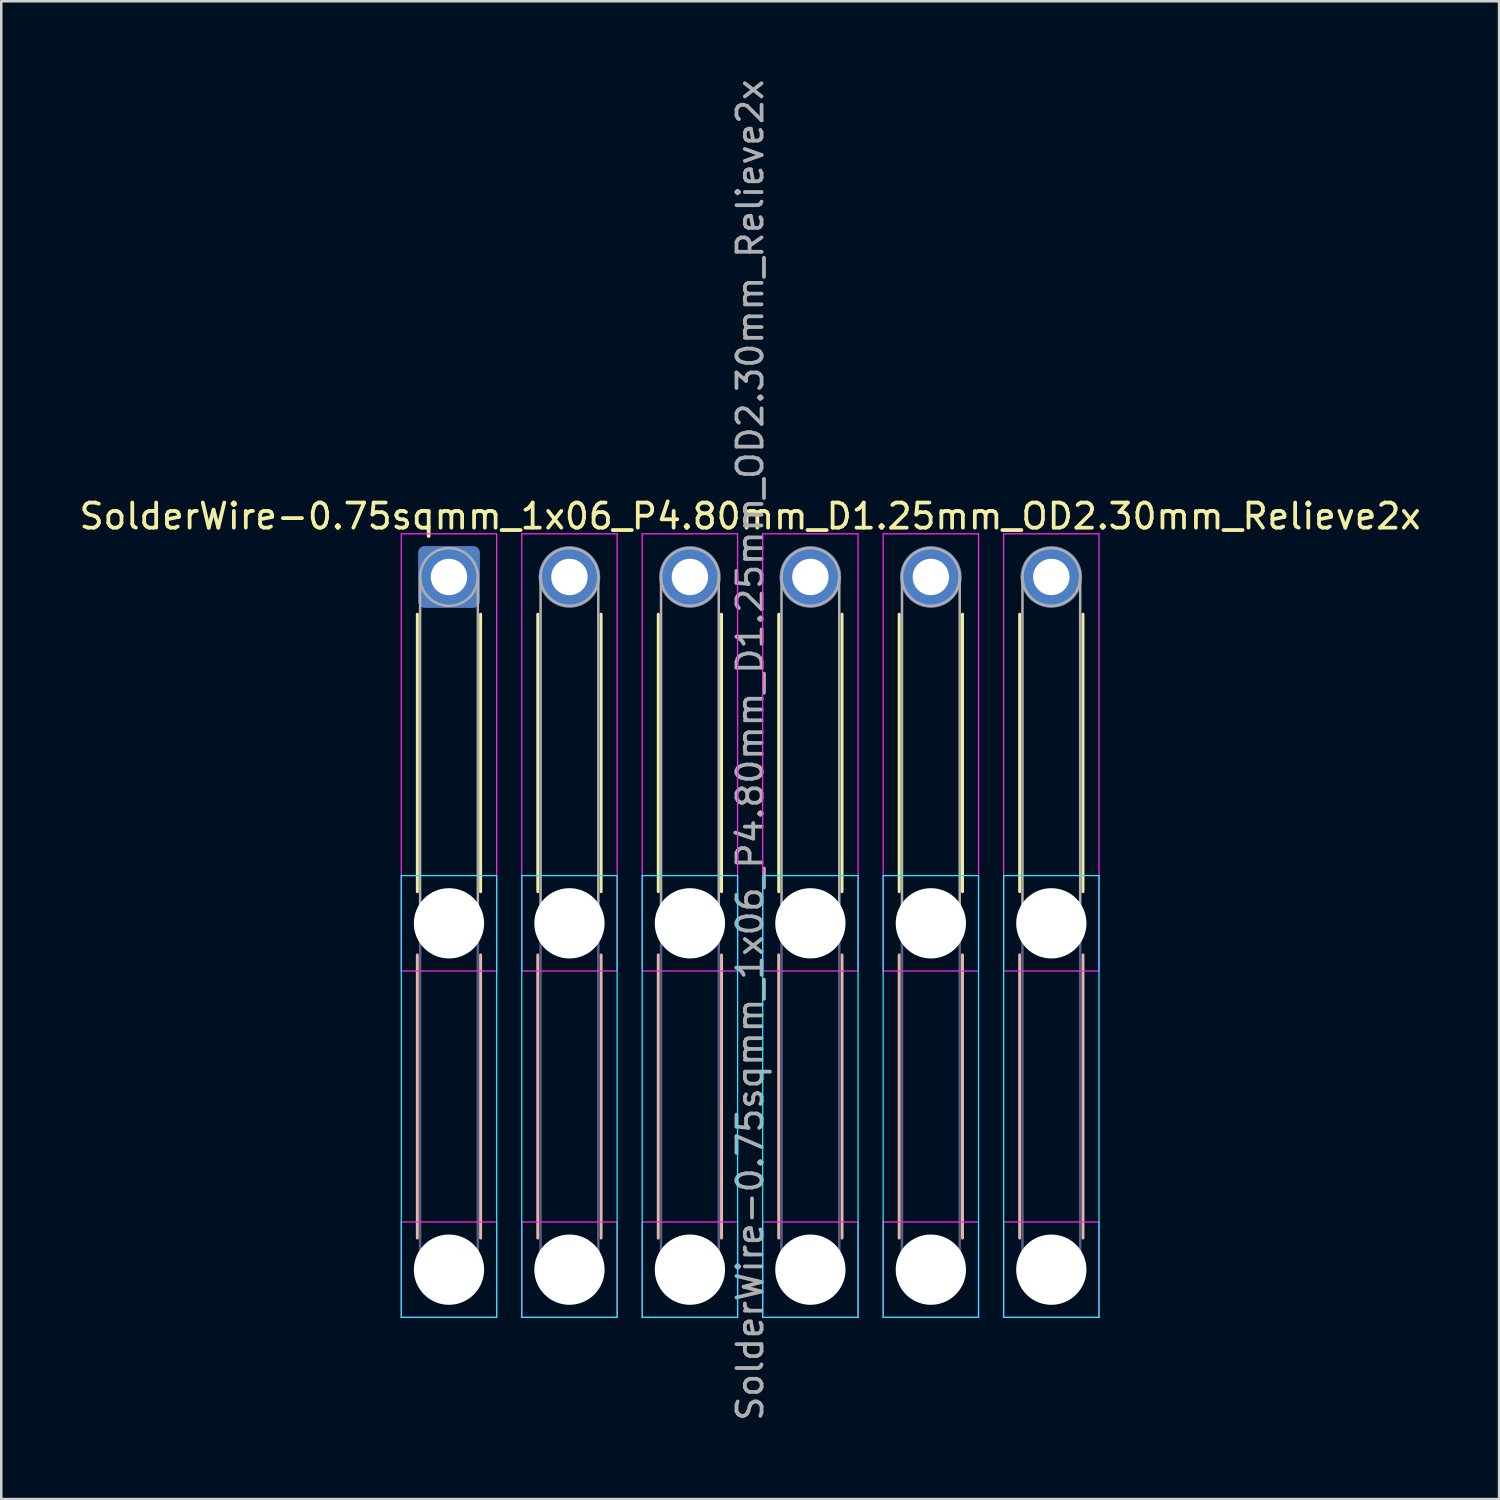
<source format=kicad_pcb>
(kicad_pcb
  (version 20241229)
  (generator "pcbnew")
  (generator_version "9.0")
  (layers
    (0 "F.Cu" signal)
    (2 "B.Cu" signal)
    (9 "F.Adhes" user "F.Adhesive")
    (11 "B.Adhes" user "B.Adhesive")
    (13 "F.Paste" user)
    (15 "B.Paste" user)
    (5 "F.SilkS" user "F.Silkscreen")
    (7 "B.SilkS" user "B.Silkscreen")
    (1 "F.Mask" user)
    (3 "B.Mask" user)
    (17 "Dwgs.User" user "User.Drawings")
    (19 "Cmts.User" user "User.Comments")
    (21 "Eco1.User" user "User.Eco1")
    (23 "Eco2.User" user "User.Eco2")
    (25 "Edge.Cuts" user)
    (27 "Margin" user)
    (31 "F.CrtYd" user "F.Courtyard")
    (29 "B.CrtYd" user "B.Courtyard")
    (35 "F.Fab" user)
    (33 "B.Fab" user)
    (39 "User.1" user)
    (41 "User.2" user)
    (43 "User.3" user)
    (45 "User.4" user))
  (footprint "SolderWire-0.75sqmm_1x06_P4.80mm_D1.25mm_OD2.30mm_Relieve2x"
    (layer "F.Cu")
    (at 14.839 19.939)
    (property "Reference" "SolderWire-0.75sqmm_1x06_P4.80mm_D1.25mm_OD2.30mm_Relieve2x" (at 12 -2.42 0) (layer "F.SilkS") (effects (font (size 1 1) (thickness 0.15))))
    (attr exclude_from_pos_files exclude_from_bom)
    (fp_line (start -1.26 1.485) (end -1.26 12.54) (stroke (width 0.12) (type solid)) (layer "F.SilkS"))
    (fp_line (start 1.26 1.485) (end 1.26 12.54) (stroke (width 0.12) (type solid)) (layer "F.SilkS"))
    (fp_line (start 3.54 1.485) (end 3.54 12.54) (stroke (width 0.12) (type solid)) (layer "F.SilkS"))
    (fp_line (start 6.06 1.485) (end 6.06 12.54) (stroke (width 0.12) (type solid)) (layer "F.SilkS"))
    (fp_line (start 8.34 1.485) (end 8.34 12.54) (stroke (width 0.12) (type solid)) (layer "F.SilkS"))
    (fp_line (start 10.86 1.485) (end 10.86 12.54) (stroke (width 0.12) (type solid)) (layer "F.SilkS"))
    (fp_line (start 13.14 1.485) (end 13.14 12.54) (stroke (width 0.12) (type solid)) (layer "F.SilkS"))
    (fp_line (start 15.66 1.485) (end 15.66 12.54) (stroke (width 0.12) (type solid)) (layer "F.SilkS"))
    (fp_line (start 17.94 1.485) (end 17.94 12.54) (stroke (width 0.12) (type solid)) (layer "F.SilkS"))
    (fp_line (start 20.46 1.485) (end 20.46 12.54) (stroke (width 0.12) (type solid)) (layer "F.SilkS"))
    (fp_line (start 22.74 1.485) (end 22.74 12.54) (stroke (width 0.12) (type solid)) (layer "F.SilkS"))
    (fp_line (start 25.26 1.485) (end 25.26 12.54) (stroke (width 0.12) (type solid)) (layer "F.SilkS"))
    (fp_line (start -1.26 15.06) (end -1.26 26.34) (stroke (width 0.12) (type solid)) (layer "B.SilkS"))
    (fp_line (start 1.26 15.06) (end 1.26 26.34) (stroke (width 0.12) (type solid)) (layer "B.SilkS"))
    (fp_line (start 3.54 15.06) (end 3.54 26.34) (stroke (width 0.12) (type solid)) (layer "B.SilkS"))
    (fp_line (start 6.06 15.06) (end 6.06 26.34) (stroke (width 0.12) (type solid)) (layer "B.SilkS"))
    (fp_line (start 8.34 15.06) (end 8.34 26.34) (stroke (width 0.12) (type solid)) (layer "B.SilkS"))
    (fp_line (start 10.86 15.06) (end 10.86 26.34) (stroke (width 0.12) (type solid)) (layer "B.SilkS"))
    (fp_line (start 13.14 15.06) (end 13.14 26.34) (stroke (width 0.12) (type solid)) (layer "B.SilkS"))
    (fp_line (start 15.66 15.06) (end 15.66 26.34) (stroke (width 0.12) (type solid)) (layer "B.SilkS"))
    (fp_line (start 17.94 15.06) (end 17.94 26.34) (stroke (width 0.12) (type solid)) (layer "B.SilkS"))
    (fp_line (start 20.46 15.06) (end 20.46 26.34) (stroke (width 0.12) (type solid)) (layer "B.SilkS"))
    (fp_line (start 22.74 15.06) (end 22.74 26.34) (stroke (width 0.12) (type solid)) (layer "B.SilkS"))
    (fp_line (start 25.26 15.06) (end 25.26 26.34) (stroke (width 0.12) (type solid)) (layer "B.SilkS"))
    (fp_line (start -1.9 11.9) (end -1.9 29.5) (stroke (width 0.05) (type solid)) (layer "B.CrtYd"))
    (fp_line (start -1.9 29.5) (end 1.9 29.5) (stroke (width 0.05) (type solid)) (layer "B.CrtYd"))
    (fp_line (start 1.9 11.9) (end -1.9 11.9) (stroke (width 0.05) (type solid)) (layer "B.CrtYd"))
    (fp_line (start 1.9 29.5) (end 1.9 11.9) (stroke (width 0.05) (type solid)) (layer "B.CrtYd"))
    (fp_line (start 2.9 11.9) (end 2.9 29.5) (stroke (width 0.05) (type solid)) (layer "B.CrtYd"))
    (fp_line (start 2.9 29.5) (end 6.7 29.5) (stroke (width 0.05) (type solid)) (layer "B.CrtYd"))
    (fp_line (start 6.7 11.9) (end 2.9 11.9) (stroke (width 0.05) (type solid)) (layer "B.CrtYd"))
    (fp_line (start 6.7 29.5) (end 6.7 11.9) (stroke (width 0.05) (type solid)) (layer "B.CrtYd"))
    (fp_line (start 7.7 11.9) (end 7.7 29.5) (stroke (width 0.05) (type solid)) (layer "B.CrtYd"))
    (fp_line (start 7.7 29.5) (end 11.5 29.5) (stroke (width 0.05) (type solid)) (layer "B.CrtYd"))
    (fp_line (start 11.5 11.9) (end 7.7 11.9) (stroke (width 0.05) (type solid)) (layer "B.CrtYd"))
    (fp_line (start 11.5 29.5) (end 11.5 11.9) (stroke (width 0.05) (type solid)) (layer "B.CrtYd"))
    (fp_line (start 12.5 11.9) (end 12.5 29.5) (stroke (width 0.05) (type solid)) (layer "B.CrtYd"))
    (fp_line (start 12.5 29.5) (end 16.3 29.5) (stroke (width 0.05) (type solid)) (layer "B.CrtYd"))
    (fp_line (start 16.3 11.9) (end 12.5 11.9) (stroke (width 0.05) (type solid)) (layer "B.CrtYd"))
    (fp_line (start 16.3 29.5) (end 16.3 11.9) (stroke (width 0.05) (type solid)) (layer "B.CrtYd"))
    (fp_line (start 17.3 11.9) (end 17.3 29.5) (stroke (width 0.05) (type solid)) (layer "B.CrtYd"))
    (fp_line (start 17.3 29.5) (end 21.1 29.5) (stroke (width 0.05) (type solid)) (layer "B.CrtYd"))
    (fp_line (start 21.1 11.9) (end 17.3 11.9) (stroke (width 0.05) (type solid)) (layer "B.CrtYd"))
    (fp_line (start 21.1 29.5) (end 21.1 11.9) (stroke (width 0.05) (type solid)) (layer "B.CrtYd"))
    (fp_line (start 22.1 11.9) (end 22.1 29.5) (stroke (width 0.05) (type solid)) (layer "B.CrtYd"))
    (fp_line (start 22.1 29.5) (end 25.9 29.5) (stroke (width 0.05) (type solid)) (layer "B.CrtYd"))
    (fp_line (start 25.9 11.9) (end 22.1 11.9) (stroke (width 0.05) (type solid)) (layer "B.CrtYd"))
    (fp_line (start 25.9 29.5) (end 25.9 11.9) (stroke (width 0.05) (type solid)) (layer "B.CrtYd"))
    (fp_line (start -1.9 -1.72) (end -1.9 15.7) (stroke (width 0.05) (type solid)) (layer "F.CrtYd"))
    (fp_line (start -1.9 15.7) (end 1.9 15.7) (stroke (width 0.05) (type solid)) (layer "F.CrtYd"))
    (fp_line (start -1.9 25.7) (end -1.9 29.5) (stroke (width 0.05) (type solid)) (layer "F.CrtYd"))
    (fp_line (start -1.9 29.5) (end 1.9 29.5) (stroke (width 0.05) (type solid)) (layer "F.CrtYd"))
    (fp_line (start 1.9 -1.72) (end -1.9 -1.72) (stroke (width 0.05) (type solid)) (layer "F.CrtYd"))
    (fp_line (start 1.9 15.7) (end 1.9 -1.72) (stroke (width 0.05) (type solid)) (layer "F.CrtYd"))
    (fp_line (start 1.9 25.7) (end -1.9 25.7) (stroke (width 0.05) (type solid)) (layer "F.CrtYd"))
    (fp_line (start 1.9 29.5) (end 1.9 25.7) (stroke (width 0.05) (type solid)) (layer "F.CrtYd"))
    (fp_line (start 2.9 -1.72) (end 2.9 15.7) (stroke (width 0.05) (type solid)) (layer "F.CrtYd"))
    (fp_line (start 2.9 15.7) (end 6.7 15.7) (stroke (width 0.05) (type solid)) (layer "F.CrtYd"))
    (fp_line (start 2.9 25.7) (end 2.9 29.5) (stroke (width 0.05) (type solid)) (layer "F.CrtYd"))
    (fp_line (start 2.9 29.5) (end 6.7 29.5) (stroke (width 0.05) (type solid)) (layer "F.CrtYd"))
    (fp_line (start 6.7 -1.72) (end 2.9 -1.72) (stroke (width 0.05) (type solid)) (layer "F.CrtYd"))
    (fp_line (start 6.7 15.7) (end 6.7 -1.72) (stroke (width 0.05) (type solid)) (layer "F.CrtYd"))
    (fp_line (start 6.7 25.7) (end 2.9 25.7) (stroke (width 0.05) (type solid)) (layer "F.CrtYd"))
    (fp_line (start 6.7 29.5) (end 6.7 25.7) (stroke (width 0.05) (type solid)) (layer "F.CrtYd"))
    (fp_line (start 7.7 -1.72) (end 7.7 15.7) (stroke (width 0.05) (type solid)) (layer "F.CrtYd"))
    (fp_line (start 7.7 15.7) (end 11.5 15.7) (stroke (width 0.05) (type solid)) (layer "F.CrtYd"))
    (fp_line (start 7.7 25.7) (end 7.7 29.5) (stroke (width 0.05) (type solid)) (layer "F.CrtYd"))
    (fp_line (start 7.7 29.5) (end 11.5 29.5) (stroke (width 0.05) (type solid)) (layer "F.CrtYd"))
    (fp_line (start 11.5 -1.72) (end 7.7 -1.72) (stroke (width 0.05) (type solid)) (layer "F.CrtYd"))
    (fp_line (start 11.5 15.7) (end 11.5 -1.72) (stroke (width 0.05) (type solid)) (layer "F.CrtYd"))
    (fp_line (start 11.5 25.7) (end 7.7 25.7) (stroke (width 0.05) (type solid)) (layer "F.CrtYd"))
    (fp_line (start 11.5 29.5) (end 11.5 25.7) (stroke (width 0.05) (type solid)) (layer "F.CrtYd"))
    (fp_line (start 12.5 -1.72) (end 12.5 15.7) (stroke (width 0.05) (type solid)) (layer "F.CrtYd"))
    (fp_line (start 12.5 15.7) (end 16.3 15.7) (stroke (width 0.05) (type solid)) (layer "F.CrtYd"))
    (fp_line (start 12.5 25.7) (end 12.5 29.5) (stroke (width 0.05) (type solid)) (layer "F.CrtYd"))
    (fp_line (start 12.5 29.5) (end 16.3 29.5) (stroke (width 0.05) (type solid)) (layer "F.CrtYd"))
    (fp_line (start 16.3 -1.72) (end 12.5 -1.72) (stroke (width 0.05) (type solid)) (layer "F.CrtYd"))
    (fp_line (start 16.3 15.7) (end 16.3 -1.72) (stroke (width 0.05) (type solid)) (layer "F.CrtYd"))
    (fp_line (start 16.3 25.7) (end 12.5 25.7) (stroke (width 0.05) (type solid)) (layer "F.CrtYd"))
    (fp_line (start 16.3 29.5) (end 16.3 25.7) (stroke (width 0.05) (type solid)) (layer "F.CrtYd"))
    (fp_line (start 17.3 -1.72) (end 17.3 15.7) (stroke (width 0.05) (type solid)) (layer "F.CrtYd"))
    (fp_line (start 17.3 15.7) (end 21.1 15.7) (stroke (width 0.05) (type solid)) (layer "F.CrtYd"))
    (fp_line (start 17.3 25.7) (end 17.3 29.5) (stroke (width 0.05) (type solid)) (layer "F.CrtYd"))
    (fp_line (start 17.3 29.5) (end 21.1 29.5) (stroke (width 0.05) (type solid)) (layer "F.CrtYd"))
    (fp_line (start 21.1 -1.72) (end 17.3 -1.72) (stroke (width 0.05) (type solid)) (layer "F.CrtYd"))
    (fp_line (start 21.1 15.7) (end 21.1 -1.72) (stroke (width 0.05) (type solid)) (layer "F.CrtYd"))
    (fp_line (start 21.1 25.7) (end 17.3 25.7) (stroke (width 0.05) (type solid)) (layer "F.CrtYd"))
    (fp_line (start 21.1 29.5) (end 21.1 25.7) (stroke (width 0.05) (type solid)) (layer "F.CrtYd"))
    (fp_line (start 22.1 -1.72) (end 22.1 15.7) (stroke (width 0.05) (type solid)) (layer "F.CrtYd"))
    (fp_line (start 22.1 15.7) (end 25.9 15.7) (stroke (width 0.05) (type solid)) (layer "F.CrtYd"))
    (fp_line (start 22.1 25.7) (end 22.1 29.5) (stroke (width 0.05) (type solid)) (layer "F.CrtYd"))
    (fp_line (start 22.1 29.5) (end 25.9 29.5) (stroke (width 0.05) (type solid)) (layer "F.CrtYd"))
    (fp_line (start 25.9 -1.72) (end 22.1 -1.72) (stroke (width 0.05) (type solid)) (layer "F.CrtYd"))
    (fp_line (start 25.9 15.7) (end 25.9 -1.72) (stroke (width 0.05) (type solid)) (layer "F.CrtYd"))
    (fp_line (start 25.9 25.7) (end 22.1 25.7) (stroke (width 0.05) (type solid)) (layer "F.CrtYd"))
    (fp_line (start 25.9 29.5) (end 25.9 25.7) (stroke (width 0.05) (type solid)) (layer "F.CrtYd"))
    (fp_line (start -1.15 13.8) (end -1.15 27.6) (stroke (width 0.1) (type solid)) (layer "B.Fab"))
    (fp_line (start 1.15 13.8) (end 1.15 27.6) (stroke (width 0.1) (type solid)) (layer "B.Fab"))
    (fp_line (start 3.65 13.8) (end 3.65 27.6) (stroke (width 0.1) (type solid)) (layer "B.Fab"))
    (fp_line (start 5.95 13.8) (end 5.95 27.6) (stroke (width 0.1) (type solid)) (layer "B.Fab"))
    (fp_line (start 8.45 13.8) (end 8.45 27.6) (stroke (width 0.1) (type solid)) (layer "B.Fab"))
    (fp_line (start 10.75 13.8) (end 10.75 27.6) (stroke (width 0.1) (type solid)) (layer "B.Fab"))
    (fp_line (start 13.25 13.8) (end 13.25 27.6) (stroke (width 0.1) (type solid)) (layer "B.Fab"))
    (fp_line (start 15.55 13.8) (end 15.55 27.6) (stroke (width 0.1) (type solid)) (layer "B.Fab"))
    (fp_line (start 18.05 13.8) (end 18.05 27.6) (stroke (width 0.1) (type solid)) (layer "B.Fab"))
    (fp_line (start 20.35 13.8) (end 20.35 27.6) (stroke (width 0.1) (type solid)) (layer "B.Fab"))
    (fp_line (start 22.85 13.8) (end 22.85 27.6) (stroke (width 0.1) (type solid)) (layer "B.Fab"))
    (fp_line (start 25.15 13.8) (end 25.15 27.6) (stroke (width 0.1) (type solid)) (layer "B.Fab"))
    (fp_circle (center 0 13.8) (end 1.15 13.8) (stroke (width 0.1) (type solid)) (fill no) (layer "B.Fab"))
    (fp_circle (center 0 27.6) (end 1.15 27.6) (stroke (width 0.1) (type solid)) (fill no) (layer "B.Fab"))
    (fp_circle (center 4.8 13.8) (end 5.95 13.8) (stroke (width 0.1) (type solid)) (fill no) (layer "B.Fab"))
    (fp_circle (center 4.8 27.6) (end 5.95 27.6) (stroke (width 0.1) (type solid)) (fill no) (layer "B.Fab"))
    (fp_circle (center 9.6 13.8) (end 10.75 13.8) (stroke (width 0.1) (type solid)) (fill no) (layer "B.Fab"))
    (fp_circle (center 9.6 27.6) (end 10.75 27.6) (stroke (width 0.1) (type solid)) (fill no) (layer "B.Fab"))
    (fp_circle (center 14.4 13.8) (end 15.55 13.8) (stroke (width 0.1) (type solid)) (fill no) (layer "B.Fab"))
    (fp_circle (center 14.4 27.6) (end 15.55 27.6) (stroke (width 0.1) (type solid)) (fill no) (layer "B.Fab"))
    (fp_circle (center 19.2 13.8) (end 20.35 13.8) (stroke (width 0.1) (type solid)) (fill no) (layer "B.Fab"))
    (fp_circle (center 19.2 27.6) (end 20.35 27.6) (stroke (width 0.1) (type solid)) (fill no) (layer "B.Fab"))
    (fp_circle (center 24 13.8) (end 25.15 13.8) (stroke (width 0.1) (type solid)) (fill no) (layer "B.Fab"))
    (fp_circle (center 24 27.6) (end 25.15 27.6) (stroke (width 0.1) (type solid)) (fill no) (layer "B.Fab"))
    (fp_line (start -1.15 0) (end -1.15 13.8) (stroke (width 0.1) (type solid)) (layer "F.Fab"))
    (fp_line (start 1.15 0) (end 1.15 13.8) (stroke (width 0.1) (type solid)) (layer "F.Fab"))
    (fp_line (start 3.65 0) (end 3.65 13.8) (stroke (width 0.1) (type solid)) (layer "F.Fab"))
    (fp_line (start 5.95 0) (end 5.95 13.8) (stroke (width 0.1) (type solid)) (layer "F.Fab"))
    (fp_line (start 8.45 0) (end 8.45 13.8) (stroke (width 0.1) (type solid)) (layer "F.Fab"))
    (fp_line (start 10.75 0) (end 10.75 13.8) (stroke (width 0.1) (type solid)) (layer "F.Fab"))
    (fp_line (start 13.25 0) (end 13.25 13.8) (stroke (width 0.1) (type solid)) (layer "F.Fab"))
    (fp_line (start 15.55 0) (end 15.55 13.8) (stroke (width 0.1) (type solid)) (layer "F.Fab"))
    (fp_line (start 18.05 0) (end 18.05 13.8) (stroke (width 0.1) (type solid)) (layer "F.Fab"))
    (fp_line (start 20.35 0) (end 20.35 13.8) (stroke (width 0.1) (type solid)) (layer "F.Fab"))
    (fp_line (start 22.85 0) (end 22.85 13.8) (stroke (width 0.1) (type solid)) (layer "F.Fab"))
    (fp_line (start 25.15 0) (end 25.15 13.8) (stroke (width 0.1) (type solid)) (layer "F.Fab"))
    (fp_circle (center 0 0) (end 1.15 0) (stroke (width 0.1) (type solid)) (fill no) (layer "F.Fab"))
    (fp_circle (center 0 13.8) (end 1.15 13.8) (stroke (width 0.1) (type solid)) (fill no) (layer "F.Fab"))
    (fp_circle (center 0 27.6) (end 1.15 27.6) (stroke (width 0.1) (type solid)) (fill no) (layer "F.Fab"))
    (fp_circle (center 4.8 0) (end 5.95 0) (stroke (width 0.1) (type solid)) (fill no) (layer "F.Fab"))
    (fp_circle (center 4.8 13.8) (end 5.95 13.8) (stroke (width 0.1) (type solid)) (fill no) (layer "F.Fab"))
    (fp_circle (center 4.8 27.6) (end 5.95 27.6) (stroke (width 0.1) (type solid)) (fill no) (layer "F.Fab"))
    (fp_circle (center 9.6 0) (end 10.75 0) (stroke (width 0.1) (type solid)) (fill no) (layer "F.Fab"))
    (fp_circle (center 9.6 13.8) (end 10.75 13.8) (stroke (width 0.1) (type solid)) (fill no) (layer "F.Fab"))
    (fp_circle (center 9.6 27.6) (end 10.75 27.6) (stroke (width 0.1) (type solid)) (fill no) (layer "F.Fab"))
    (fp_circle (center 14.4 0) (end 15.55 0) (stroke (width 0.1) (type solid)) (fill no) (layer "F.Fab"))
    (fp_circle (center 14.4 13.8) (end 15.55 13.8) (stroke (width 0.1) (type solid)) (fill no) (layer "F.Fab"))
    (fp_circle (center 14.4 27.6) (end 15.55 27.6) (stroke (width 0.1) (type solid)) (fill no) (layer "F.Fab"))
    (fp_circle (center 19.2 0) (end 20.35 0) (stroke (width 0.1) (type solid)) (fill no) (layer "F.Fab"))
    (fp_circle (center 19.2 13.8) (end 20.35 13.8) (stroke (width 0.1) (type solid)) (fill no) (layer "F.Fab"))
    (fp_circle (center 19.2 27.6) (end 20.35 27.6) (stroke (width 0.1) (type solid)) (fill no) (layer "F.Fab"))
    (fp_circle (center 24 0) (end 25.15 0) (stroke (width 0.1) (type solid)) (fill no) (layer "F.Fab"))
    (fp_circle (center 24 13.8) (end 25.15 13.8) (stroke (width 0.1) (type solid)) (fill no) (layer "F.Fab"))
    (fp_circle (center 24 27.6) (end 25.15 27.6) (stroke (width 0.1) (type solid)) (fill no) (layer "F.Fab"))
    (fp_text user "${REFERENCE}" (at 12 6.9 90) (layer "F.Fab") (effects (font (size 1 1) (thickness 0.15))))
    (pad "" np_thru_hole circle (at 0 13.8) (size 2.8 2.8) (drill 2.8) (layers "*.Cu" "*.Mask"))
    (pad "" np_thru_hole circle (at 0 27.6) (size 2.8 2.8) (drill 2.8) (layers "*.Cu" "*.Mask"))
    (pad "" np_thru_hole circle (at 4.8 13.8) (size 2.8 2.8) (drill 2.8) (layers "*.Cu" "*.Mask"))
    (pad "" np_thru_hole circle (at 4.8 27.6) (size 2.8 2.8) (drill 2.8) (layers "*.Cu" "*.Mask"))
    (pad "" np_thru_hole circle (at 9.6 13.8) (size 2.8 2.8) (drill 2.8) (layers "*.Cu" "*.Mask"))
    (pad "" np_thru_hole circle (at 9.6 27.6) (size 2.8 2.8) (drill 2.8) (layers "*.Cu" "*.Mask"))
    (pad "" np_thru_hole circle (at 14.4 13.8) (size 2.8 2.8) (drill 2.8) (layers "*.Cu" "*.Mask"))
    (pad "" np_thru_hole circle (at 14.4 27.6) (size 2.8 2.8) (drill 2.8) (layers "*.Cu" "*.Mask"))
    (pad "" np_thru_hole circle (at 19.2 13.8) (size 2.8 2.8) (drill 2.8) (layers "*.Cu" "*.Mask"))
    (pad "" np_thru_hole circle (at 19.2 27.6) (size 2.8 2.8) (drill 2.8) (layers "*.Cu" "*.Mask"))
    (pad "" np_thru_hole circle (at 24 13.8) (size 2.8 2.8) (drill 2.8) (layers "*.Cu" "*.Mask"))
    (pad "" np_thru_hole circle (at 24 27.6) (size 2.8 2.8) (drill 2.8) (layers "*.Cu" "*.Mask"))
    (pad "1" thru_hole roundrect (at 0 0) (size 2.45 2.45) (drill 1.45) (layers "*.Cu" "*.Mask") (roundrect_rratio 0.102))
    (pad "2" thru_hole circle (at 4.8 0) (size 2.45 2.45) (drill 1.45) (layers "*.Cu" "*.Mask"))
    (pad "3" thru_hole circle (at 9.6 0) (size 2.45 2.45) (drill 1.45) (layers "*.Cu" "*.Mask"))
    (pad "4" thru_hole circle (at 14.4 0) (size 2.45 2.45) (drill 1.45) (layers "*.Cu" "*.Mask"))
    (pad "5" thru_hole circle (at 19.2 0) (size 2.45 2.45) (drill 1.45) (layers "*.Cu" "*.Mask"))
    (pad "6" thru_hole circle (at 24 0) (size 2.45 2.45) (drill 1.45) (layers "*.Cu" "*.Mask")))
  (gr_rect
    (start -3 -3)
    (end 56.679 56.679)
    (stroke (width 0.1) (type default))
    (fill no)
    (layer "Edge.Cuts")))
</source>
